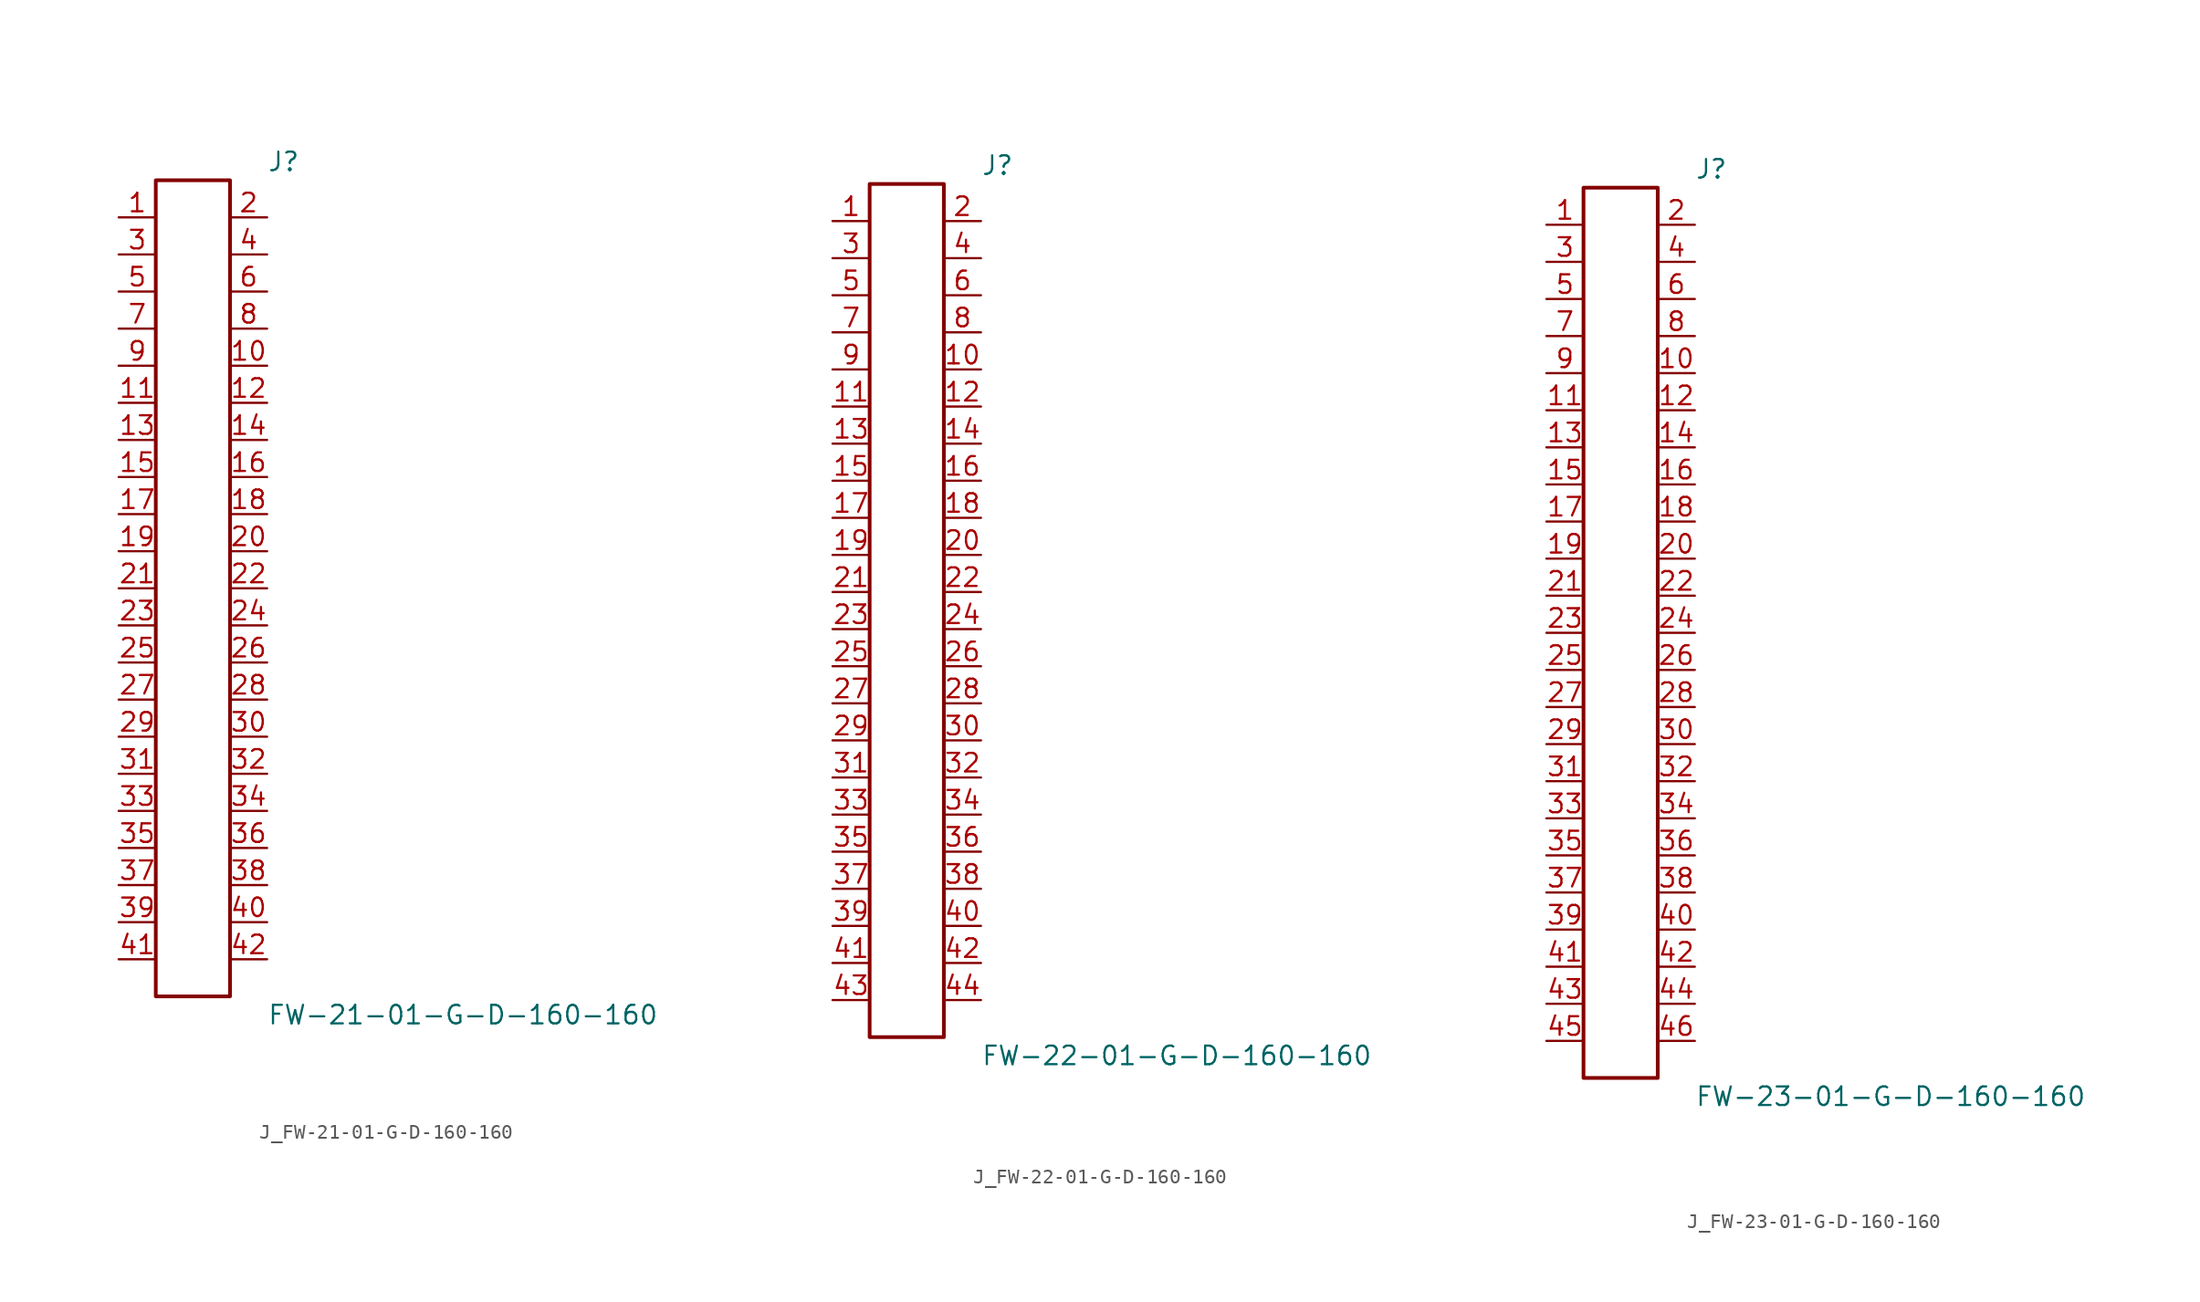
<source format=kicad_sym>
(kicad_symbol_lib
  (version 20231120)
  (generator kicad_symbol_editor)
  (generator_version 8.0)
  (symbol "J_FW-21-01-G-D-160-160"
    (pin_names
      (offset 0.254))
    (property "Reference" "J"
      (at 5.08 29.21 0)
      (effects (font (size 1.27 1.27)) (justify left)))
    (property "Value" "FW-21-01-G-D-160-160"
      (at 5.08 -29.21 0)
      (effects (font (size 1.27 1.27)) (justify left)))
    (symbol "J_FW-21-01-G-D-160-160_0_0"
      (pin unspecified line (at -5.08 25.4 0) (length 2.54) (name "" (effects (font (size 1.27 1.27)))) (number "1" (effects (font (size 1.27 1.27)))))
      (pin unspecified line (at 5.08 25.4 180) (length 2.54) (name "" (effects (font (size 1.27 1.27)))) (number "2" (effects (font (size 1.27 1.27)))))
      (pin unspecified line (at -5.08 22.86 0) (length 2.54) (name "" (effects (font (size 1.27 1.27)))) (number "3" (effects (font (size 1.27 1.27)))))
      (pin unspecified line (at 5.08 22.86 180) (length 2.54) (name "" (effects (font (size 1.27 1.27)))) (number "4" (effects (font (size 1.27 1.27)))))
      (pin unspecified line (at -5.08 20.32 0) (length 2.54) (name "" (effects (font (size 1.27 1.27)))) (number "5" (effects (font (size 1.27 1.27)))))
      (pin unspecified line (at 5.08 20.32 180) (length 2.54) (name "" (effects (font (size 1.27 1.27)))) (number "6" (effects (font (size 1.27 1.27)))))
      (pin unspecified line (at -5.08 17.78 0) (length 2.54) (name "" (effects (font (size 1.27 1.27)))) (number "7" (effects (font (size 1.27 1.27)))))
      (pin unspecified line (at 5.08 17.78 180) (length 2.54) (name "" (effects (font (size 1.27 1.27)))) (number "8" (effects (font (size 1.27 1.27)))))
      (pin unspecified line (at -5.08 15.24 0) (length 2.54) (name "" (effects (font (size 1.27 1.27)))) (number "9" (effects (font (size 1.27 1.27)))))
      (pin unspecified line (at 5.08 15.24 180) (length 2.54) (name "" (effects (font (size 1.27 1.27)))) (number "10" (effects (font (size 1.27 1.27)))))
      (pin unspecified line (at -5.08 12.7 0) (length 2.54) (name "" (effects (font (size 1.27 1.27)))) (number "11" (effects (font (size 1.27 1.27)))))
      (pin unspecified line (at 5.08 12.7 180) (length 2.54) (name "" (effects (font (size 1.27 1.27)))) (number "12" (effects (font (size 1.27 1.27)))))
      (pin unspecified line (at -5.08 10.16 0) (length 2.54) (name "" (effects (font (size 1.27 1.27)))) (number "13" (effects (font (size 1.27 1.27)))))
      (pin unspecified line (at 5.08 10.16 180) (length 2.54) (name "" (effects (font (size 1.27 1.27)))) (number "14" (effects (font (size 1.27 1.27)))))
      (pin unspecified line (at -5.08 7.62 0) (length 2.54) (name "" (effects (font (size 1.27 1.27)))) (number "15" (effects (font (size 1.27 1.27)))))
      (pin unspecified line (at 5.08 7.62 180) (length 2.54) (name "" (effects (font (size 1.27 1.27)))) (number "16" (effects (font (size 1.27 1.27)))))
      (pin unspecified line (at -5.08 5.08 0) (length 2.54) (name "" (effects (font (size 1.27 1.27)))) (number "17" (effects (font (size 1.27 1.27)))))
      (pin unspecified line (at 5.08 5.08 180) (length 2.54) (name "" (effects (font (size 1.27 1.27)))) (number "18" (effects (font (size 1.27 1.27)))))
      (pin unspecified line (at -5.08 2.54 0) (length 2.54) (name "" (effects (font (size 1.27 1.27)))) (number "19" (effects (font (size 1.27 1.27)))))
      (pin unspecified line (at 5.08 2.54 180) (length 2.54) (name "" (effects (font (size 1.27 1.27)))) (number "20" (effects (font (size 1.27 1.27)))))
      (pin unspecified line (at -5.08 0.0 0) (length 2.54) (name "" (effects (font (size 1.27 1.27)))) (number "21" (effects (font (size 1.27 1.27)))))
      (pin unspecified line (at 5.08 0.0 180) (length 2.54) (name "" (effects (font (size 1.27 1.27)))) (number "22" (effects (font (size 1.27 1.27)))))
      (pin unspecified line (at -5.08 -2.54 0) (length 2.54) (name "" (effects (font (size 1.27 1.27)))) (number "23" (effects (font (size 1.27 1.27)))))
      (pin unspecified line (at 5.08 -2.54 180) (length 2.54) (name "" (effects (font (size 1.27 1.27)))) (number "24" (effects (font (size 1.27 1.27)))))
      (pin unspecified line (at -5.08 -5.08 0) (length 2.54) (name "" (effects (font (size 1.27 1.27)))) (number "25" (effects (font (size 1.27 1.27)))))
      (pin unspecified line (at 5.08 -5.08 180) (length 2.54) (name "" (effects (font (size 1.27 1.27)))) (number "26" (effects (font (size 1.27 1.27)))))
      (pin unspecified line (at -5.08 -7.62 0) (length 2.54) (name "" (effects (font (size 1.27 1.27)))) (number "27" (effects (font (size 1.27 1.27)))))
      (pin unspecified line (at 5.08 -7.62 180) (length 2.54) (name "" (effects (font (size 1.27 1.27)))) (number "28" (effects (font (size 1.27 1.27)))))
      (pin unspecified line (at -5.08 -10.16 0) (length 2.54) (name "" (effects (font (size 1.27 1.27)))) (number "29" (effects (font (size 1.27 1.27)))))
      (pin unspecified line (at 5.08 -10.16 180) (length 2.54) (name "" (effects (font (size 1.27 1.27)))) (number "30" (effects (font (size 1.27 1.27)))))
      (pin unspecified line (at -5.08 -12.7 0) (length 2.54) (name "" (effects (font (size 1.27 1.27)))) (number "31" (effects (font (size 1.27 1.27)))))
      (pin unspecified line (at 5.08 -12.7 180) (length 2.54) (name "" (effects (font (size 1.27 1.27)))) (number "32" (effects (font (size 1.27 1.27)))))
      (pin unspecified line (at -5.08 -15.24 0) (length 2.54) (name "" (effects (font (size 1.27 1.27)))) (number "33" (effects (font (size 1.27 1.27)))))
      (pin unspecified line (at 5.08 -15.24 180) (length 2.54) (name "" (effects (font (size 1.27 1.27)))) (number "34" (effects (font (size 1.27 1.27)))))
      (pin unspecified line (at -5.08 -17.78 0) (length 2.54) (name "" (effects (font (size 1.27 1.27)))) (number "35" (effects (font (size 1.27 1.27)))))
      (pin unspecified line (at 5.08 -17.78 180) (length 2.54) (name "" (effects (font (size 1.27 1.27)))) (number "36" (effects (font (size 1.27 1.27)))))
      (pin unspecified line (at -5.08 -20.32 0) (length 2.54) (name "" (effects (font (size 1.27 1.27)))) (number "37" (effects (font (size 1.27 1.27)))))
      (pin unspecified line (at 5.08 -20.32 180) (length 2.54) (name "" (effects (font (size 1.27 1.27)))) (number "38" (effects (font (size 1.27 1.27)))))
      (pin unspecified line (at -5.08 -22.86 0) (length 2.54) (name "" (effects (font (size 1.27 1.27)))) (number "39" (effects (font (size 1.27 1.27)))))
      (pin unspecified line (at 5.08 -22.86 180) (length 2.54) (name "" (effects (font (size 1.27 1.27)))) (number "40" (effects (font (size 1.27 1.27)))))
      (pin unspecified line (at -5.08 -25.4 0) (length 2.54) (name "" (effects (font (size 1.27 1.27)))) (number "41" (effects (font (size 1.27 1.27)))))
      (pin unspecified line (at 5.08 -25.4 180) (length 2.54) (name "" (effects (font (size 1.27 1.27)))) (number "42" (effects (font (size 1.27 1.27))))))
    (symbol "J_FW-21-01-G-D-160-160_1_0"
      (rectangle (start -2.54 27.94) (end 2.54 -27.94) (stroke (width 0.254) (type solid)) (fill (type none)))))
  (symbol "J_FW-22-01-G-D-160-160"
    (pin_names
      (offset 0.254))
    (property "Reference" "J"
      (at 5.08 30.48 0)
      (effects (font (size 1.27 1.27)) (justify left)))
    (property "Value" "FW-22-01-G-D-160-160"
      (at 5.08 -30.48 0)
      (effects (font (size 1.27 1.27)) (justify left)))
    (symbol "J_FW-22-01-G-D-160-160_0_0"
      (pin unspecified line (at -5.08 26.67 0) (length 2.54) (name "" (effects (font (size 1.27 1.27)))) (number "1" (effects (font (size 1.27 1.27)))))
      (pin unspecified line (at 5.08 26.67 180) (length 2.54) (name "" (effects (font (size 1.27 1.27)))) (number "2" (effects (font (size 1.27 1.27)))))
      (pin unspecified line (at -5.08 24.13 0) (length 2.54) (name "" (effects (font (size 1.27 1.27)))) (number "3" (effects (font (size 1.27 1.27)))))
      (pin unspecified line (at 5.08 24.13 180) (length 2.54) (name "" (effects (font (size 1.27 1.27)))) (number "4" (effects (font (size 1.27 1.27)))))
      (pin unspecified line (at -5.08 21.59 0) (length 2.54) (name "" (effects (font (size 1.27 1.27)))) (number "5" (effects (font (size 1.27 1.27)))))
      (pin unspecified line (at 5.08 21.59 180) (length 2.54) (name "" (effects (font (size 1.27 1.27)))) (number "6" (effects (font (size 1.27 1.27)))))
      (pin unspecified line (at -5.08 19.05 0) (length 2.54) (name "" (effects (font (size 1.27 1.27)))) (number "7" (effects (font (size 1.27 1.27)))))
      (pin unspecified line (at 5.08 19.05 180) (length 2.54) (name "" (effects (font (size 1.27 1.27)))) (number "8" (effects (font (size 1.27 1.27)))))
      (pin unspecified line (at -5.08 16.51 0) (length 2.54) (name "" (effects (font (size 1.27 1.27)))) (number "9" (effects (font (size 1.27 1.27)))))
      (pin unspecified line (at 5.08 16.51 180) (length 2.54) (name "" (effects (font (size 1.27 1.27)))) (number "10" (effects (font (size 1.27 1.27)))))
      (pin unspecified line (at -5.08 13.97 0) (length 2.54) (name "" (effects (font (size 1.27 1.27)))) (number "11" (effects (font (size 1.27 1.27)))))
      (pin unspecified line (at 5.08 13.97 180) (length 2.54) (name "" (effects (font (size 1.27 1.27)))) (number "12" (effects (font (size 1.27 1.27)))))
      (pin unspecified line (at -5.08 11.43 0) (length 2.54) (name "" (effects (font (size 1.27 1.27)))) (number "13" (effects (font (size 1.27 1.27)))))
      (pin unspecified line (at 5.08 11.43 180) (length 2.54) (name "" (effects (font (size 1.27 1.27)))) (number "14" (effects (font (size 1.27 1.27)))))
      (pin unspecified line (at -5.08 8.89 0) (length 2.54) (name "" (effects (font (size 1.27 1.27)))) (number "15" (effects (font (size 1.27 1.27)))))
      (pin unspecified line (at 5.08 8.89 180) (length 2.54) (name "" (effects (font (size 1.27 1.27)))) (number "16" (effects (font (size 1.27 1.27)))))
      (pin unspecified line (at -5.08 6.35 0) (length 2.54) (name "" (effects (font (size 1.27 1.27)))) (number "17" (effects (font (size 1.27 1.27)))))
      (pin unspecified line (at 5.08 6.35 180) (length 2.54) (name "" (effects (font (size 1.27 1.27)))) (number "18" (effects (font (size 1.27 1.27)))))
      (pin unspecified line (at -5.08 3.81 0) (length 2.54) (name "" (effects (font (size 1.27 1.27)))) (number "19" (effects (font (size 1.27 1.27)))))
      (pin unspecified line (at 5.08 3.81 180) (length 2.54) (name "" (effects (font (size 1.27 1.27)))) (number "20" (effects (font (size 1.27 1.27)))))
      (pin unspecified line (at -5.08 1.27 0) (length 2.54) (name "" (effects (font (size 1.27 1.27)))) (number "21" (effects (font (size 1.27 1.27)))))
      (pin unspecified line (at 5.08 1.27 180) (length 2.54) (name "" (effects (font (size 1.27 1.27)))) (number "22" (effects (font (size 1.27 1.27)))))
      (pin unspecified line (at -5.08 -1.27 0) (length 2.54) (name "" (effects (font (size 1.27 1.27)))) (number "23" (effects (font (size 1.27 1.27)))))
      (pin unspecified line (at 5.08 -1.27 180) (length 2.54) (name "" (effects (font (size 1.27 1.27)))) (number "24" (effects (font (size 1.27 1.27)))))
      (pin unspecified line (at -5.08 -3.81 0) (length 2.54) (name "" (effects (font (size 1.27 1.27)))) (number "25" (effects (font (size 1.27 1.27)))))
      (pin unspecified line (at 5.08 -3.81 180) (length 2.54) (name "" (effects (font (size 1.27 1.27)))) (number "26" (effects (font (size 1.27 1.27)))))
      (pin unspecified line (at -5.08 -6.35 0) (length 2.54) (name "" (effects (font (size 1.27 1.27)))) (number "27" (effects (font (size 1.27 1.27)))))
      (pin unspecified line (at 5.08 -6.35 180) (length 2.54) (name "" (effects (font (size 1.27 1.27)))) (number "28" (effects (font (size 1.27 1.27)))))
      (pin unspecified line (at -5.08 -8.89 0) (length 2.54) (name "" (effects (font (size 1.27 1.27)))) (number "29" (effects (font (size 1.27 1.27)))))
      (pin unspecified line (at 5.08 -8.89 180) (length 2.54) (name "" (effects (font (size 1.27 1.27)))) (number "30" (effects (font (size 1.27 1.27)))))
      (pin unspecified line (at -5.08 -11.43 0) (length 2.54) (name "" (effects (font (size 1.27 1.27)))) (number "31" (effects (font (size 1.27 1.27)))))
      (pin unspecified line (at 5.08 -11.43 180) (length 2.54) (name "" (effects (font (size 1.27 1.27)))) (number "32" (effects (font (size 1.27 1.27)))))
      (pin unspecified line (at -5.08 -13.97 0) (length 2.54) (name "" (effects (font (size 1.27 1.27)))) (number "33" (effects (font (size 1.27 1.27)))))
      (pin unspecified line (at 5.08 -13.97 180) (length 2.54) (name "" (effects (font (size 1.27 1.27)))) (number "34" (effects (font (size 1.27 1.27)))))
      (pin unspecified line (at -5.08 -16.51 0) (length 2.54) (name "" (effects (font (size 1.27 1.27)))) (number "35" (effects (font (size 1.27 1.27)))))
      (pin unspecified line (at 5.08 -16.51 180) (length 2.54) (name "" (effects (font (size 1.27 1.27)))) (number "36" (effects (font (size 1.27 1.27)))))
      (pin unspecified line (at -5.08 -19.05 0) (length 2.54) (name "" (effects (font (size 1.27 1.27)))) (number "37" (effects (font (size 1.27 1.27)))))
      (pin unspecified line (at 5.08 -19.05 180) (length 2.54) (name "" (effects (font (size 1.27 1.27)))) (number "38" (effects (font (size 1.27 1.27)))))
      (pin unspecified line (at -5.08 -21.59 0) (length 2.54) (name "" (effects (font (size 1.27 1.27)))) (number "39" (effects (font (size 1.27 1.27)))))
      (pin unspecified line (at 5.08 -21.59 180) (length 2.54) (name "" (effects (font (size 1.27 1.27)))) (number "40" (effects (font (size 1.27 1.27)))))
      (pin unspecified line (at -5.08 -24.13 0) (length 2.54) (name "" (effects (font (size 1.27 1.27)))) (number "41" (effects (font (size 1.27 1.27)))))
      (pin unspecified line (at 5.08 -24.13 180) (length 2.54) (name "" (effects (font (size 1.27 1.27)))) (number "42" (effects (font (size 1.27 1.27)))))
      (pin unspecified line (at -5.08 -26.67 0) (length 2.54) (name "" (effects (font (size 1.27 1.27)))) (number "43" (effects (font (size 1.27 1.27)))))
      (pin unspecified line (at 5.08 -26.67 180) (length 2.54) (name "" (effects (font (size 1.27 1.27)))) (number "44" (effects (font (size 1.27 1.27))))))
    (symbol "J_FW-22-01-G-D-160-160_1_0"
      (rectangle (start -2.54 29.21) (end 2.54 -29.21) (stroke (width 0.254) (type solid)) (fill (type none)))))
  (symbol "J_FW-23-01-G-D-160-160"
    (pin_names
      (offset 0.254))
    (property "Reference" "J"
      (at 5.08 31.75 0)
      (effects (font (size 1.27 1.27)) (justify left)))
    (property "Value" "FW-23-01-G-D-160-160"
      (at 5.08 -31.75 0)
      (effects (font (size 1.27 1.27)) (justify left)))
    (symbol "J_FW-23-01-G-D-160-160_0_0"
      (pin unspecified line (at -5.08 27.94 0) (length 2.54) (name "" (effects (font (size 1.27 1.27)))) (number "1" (effects (font (size 1.27 1.27)))))
      (pin unspecified line (at 5.08 27.94 180) (length 2.54) (name "" (effects (font (size 1.27 1.27)))) (number "2" (effects (font (size 1.27 1.27)))))
      (pin unspecified line (at -5.08 25.4 0) (length 2.54) (name "" (effects (font (size 1.27 1.27)))) (number "3" (effects (font (size 1.27 1.27)))))
      (pin unspecified line (at 5.08 25.4 180) (length 2.54) (name "" (effects (font (size 1.27 1.27)))) (number "4" (effects (font (size 1.27 1.27)))))
      (pin unspecified line (at -5.08 22.86 0) (length 2.54) (name "" (effects (font (size 1.27 1.27)))) (number "5" (effects (font (size 1.27 1.27)))))
      (pin unspecified line (at 5.08 22.86 180) (length 2.54) (name "" (effects (font (size 1.27 1.27)))) (number "6" (effects (font (size 1.27 1.27)))))
      (pin unspecified line (at -5.08 20.32 0) (length 2.54) (name "" (effects (font (size 1.27 1.27)))) (number "7" (effects (font (size 1.27 1.27)))))
      (pin unspecified line (at 5.08 20.32 180) (length 2.54) (name "" (effects (font (size 1.27 1.27)))) (number "8" (effects (font (size 1.27 1.27)))))
      (pin unspecified line (at -5.08 17.78 0) (length 2.54) (name "" (effects (font (size 1.27 1.27)))) (number "9" (effects (font (size 1.27 1.27)))))
      (pin unspecified line (at 5.08 17.78 180) (length 2.54) (name "" (effects (font (size 1.27 1.27)))) (number "10" (effects (font (size 1.27 1.27)))))
      (pin unspecified line (at -5.08 15.24 0) (length 2.54) (name "" (effects (font (size 1.27 1.27)))) (number "11" (effects (font (size 1.27 1.27)))))
      (pin unspecified line (at 5.08 15.24 180) (length 2.54) (name "" (effects (font (size 1.27 1.27)))) (number "12" (effects (font (size 1.27 1.27)))))
      (pin unspecified line (at -5.08 12.7 0) (length 2.54) (name "" (effects (font (size 1.27 1.27)))) (number "13" (effects (font (size 1.27 1.27)))))
      (pin unspecified line (at 5.08 12.7 180) (length 2.54) (name "" (effects (font (size 1.27 1.27)))) (number "14" (effects (font (size 1.27 1.27)))))
      (pin unspecified line (at -5.08 10.16 0) (length 2.54) (name "" (effects (font (size 1.27 1.27)))) (number "15" (effects (font (size 1.27 1.27)))))
      (pin unspecified line (at 5.08 10.16 180) (length 2.54) (name "" (effects (font (size 1.27 1.27)))) (number "16" (effects (font (size 1.27 1.27)))))
      (pin unspecified line (at -5.08 7.62 0) (length 2.54) (name "" (effects (font (size 1.27 1.27)))) (number "17" (effects (font (size 1.27 1.27)))))
      (pin unspecified line (at 5.08 7.62 180) (length 2.54) (name "" (effects (font (size 1.27 1.27)))) (number "18" (effects (font (size 1.27 1.27)))))
      (pin unspecified line (at -5.08 5.08 0) (length 2.54) (name "" (effects (font (size 1.27 1.27)))) (number "19" (effects (font (size 1.27 1.27)))))
      (pin unspecified line (at 5.08 5.08 180) (length 2.54) (name "" (effects (font (size 1.27 1.27)))) (number "20" (effects (font (size 1.27 1.27)))))
      (pin unspecified line (at -5.08 2.54 0) (length 2.54) (name "" (effects (font (size 1.27 1.27)))) (number "21" (effects (font (size 1.27 1.27)))))
      (pin unspecified line (at 5.08 2.54 180) (length 2.54) (name "" (effects (font (size 1.27 1.27)))) (number "22" (effects (font (size 1.27 1.27)))))
      (pin unspecified line (at -5.08 0.0 0) (length 2.54) (name "" (effects (font (size 1.27 1.27)))) (number "23" (effects (font (size 1.27 1.27)))))
      (pin unspecified line (at 5.08 0.0 180) (length 2.54) (name "" (effects (font (size 1.27 1.27)))) (number "24" (effects (font (size 1.27 1.27)))))
      (pin unspecified line (at -5.08 -2.54 0) (length 2.54) (name "" (effects (font (size 1.27 1.27)))) (number "25" (effects (font (size 1.27 1.27)))))
      (pin unspecified line (at 5.08 -2.54 180) (length 2.54) (name "" (effects (font (size 1.27 1.27)))) (number "26" (effects (font (size 1.27 1.27)))))
      (pin unspecified line (at -5.08 -5.08 0) (length 2.54) (name "" (effects (font (size 1.27 1.27)))) (number "27" (effects (font (size 1.27 1.27)))))
      (pin unspecified line (at 5.08 -5.08 180) (length 2.54) (name "" (effects (font (size 1.27 1.27)))) (number "28" (effects (font (size 1.27 1.27)))))
      (pin unspecified line (at -5.08 -7.62 0) (length 2.54) (name "" (effects (font (size 1.27 1.27)))) (number "29" (effects (font (size 1.27 1.27)))))
      (pin unspecified line (at 5.08 -7.62 180) (length 2.54) (name "" (effects (font (size 1.27 1.27)))) (number "30" (effects (font (size 1.27 1.27)))))
      (pin unspecified line (at -5.08 -10.16 0) (length 2.54) (name "" (effects (font (size 1.27 1.27)))) (number "31" (effects (font (size 1.27 1.27)))))
      (pin unspecified line (at 5.08 -10.16 180) (length 2.54) (name "" (effects (font (size 1.27 1.27)))) (number "32" (effects (font (size 1.27 1.27)))))
      (pin unspecified line (at -5.08 -12.7 0) (length 2.54) (name "" (effects (font (size 1.27 1.27)))) (number "33" (effects (font (size 1.27 1.27)))))
      (pin unspecified line (at 5.08 -12.7 180) (length 2.54) (name "" (effects (font (size 1.27 1.27)))) (number "34" (effects (font (size 1.27 1.27)))))
      (pin unspecified line (at -5.08 -15.24 0) (length 2.54) (name "" (effects (font (size 1.27 1.27)))) (number "35" (effects (font (size 1.27 1.27)))))
      (pin unspecified line (at 5.08 -15.24 180) (length 2.54) (name "" (effects (font (size 1.27 1.27)))) (number "36" (effects (font (size 1.27 1.27)))))
      (pin unspecified line (at -5.08 -17.78 0) (length 2.54) (name "" (effects (font (size 1.27 1.27)))) (number "37" (effects (font (size 1.27 1.27)))))
      (pin unspecified line (at 5.08 -17.78 180) (length 2.54) (name "" (effects (font (size 1.27 1.27)))) (number "38" (effects (font (size 1.27 1.27)))))
      (pin unspecified line (at -5.08 -20.32 0) (length 2.54) (name "" (effects (font (size 1.27 1.27)))) (number "39" (effects (font (size 1.27 1.27)))))
      (pin unspecified line (at 5.08 -20.32 180) (length 2.54) (name "" (effects (font (size 1.27 1.27)))) (number "40" (effects (font (size 1.27 1.27)))))
      (pin unspecified line (at -5.08 -22.86 0) (length 2.54) (name "" (effects (font (size 1.27 1.27)))) (number "41" (effects (font (size 1.27 1.27)))))
      (pin unspecified line (at 5.08 -22.86 180) (length 2.54) (name "" (effects (font (size 1.27 1.27)))) (number "42" (effects (font (size 1.27 1.27)))))
      (pin unspecified line (at -5.08 -25.4 0) (length 2.54) (name "" (effects (font (size 1.27 1.27)))) (number "43" (effects (font (size 1.27 1.27)))))
      (pin unspecified line (at 5.08 -25.4 180) (length 2.54) (name "" (effects (font (size 1.27 1.27)))) (number "44" (effects (font (size 1.27 1.27)))))
      (pin unspecified line (at -5.08 -27.94 0) (length 2.54) (name "" (effects (font (size 1.27 1.27)))) (number "45" (effects (font (size 1.27 1.27)))))
      (pin unspecified line (at 5.08 -27.94 180) (length 2.54) (name "" (effects (font (size 1.27 1.27)))) (number "46" (effects (font (size 1.27 1.27))))))
    (symbol "J_FW-23-01-G-D-160-160_1_0"
      (rectangle (start -2.54 30.48) (end 2.54 -30.48) (stroke (width 0.254) (type solid)) (fill (type none))))))
</source>
